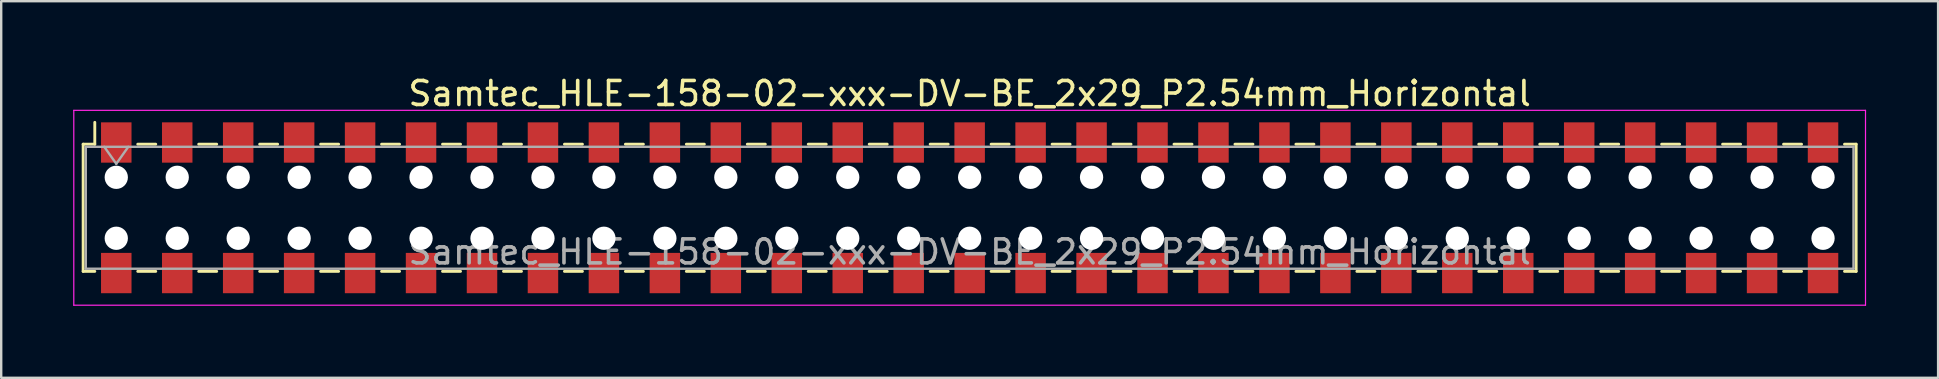
<source format=kicad_pcb>
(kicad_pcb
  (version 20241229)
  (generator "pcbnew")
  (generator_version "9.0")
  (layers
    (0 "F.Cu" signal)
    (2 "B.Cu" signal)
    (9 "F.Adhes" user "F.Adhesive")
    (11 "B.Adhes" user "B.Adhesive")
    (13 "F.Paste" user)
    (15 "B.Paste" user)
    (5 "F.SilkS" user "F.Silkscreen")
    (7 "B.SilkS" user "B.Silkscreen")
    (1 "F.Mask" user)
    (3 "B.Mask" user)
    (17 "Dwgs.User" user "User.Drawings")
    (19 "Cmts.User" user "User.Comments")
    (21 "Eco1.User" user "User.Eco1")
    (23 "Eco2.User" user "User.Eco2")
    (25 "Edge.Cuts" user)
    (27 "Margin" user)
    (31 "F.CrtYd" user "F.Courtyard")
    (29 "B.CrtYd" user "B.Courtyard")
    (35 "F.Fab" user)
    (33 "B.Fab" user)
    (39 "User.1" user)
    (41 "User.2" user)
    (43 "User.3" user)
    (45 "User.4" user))
  (footprint "Samtec_HLE-158-02-xxx-DV-BE_2x29_P2.54mm_Horizontal"
    (layer "F.Cu")
    (at 37.355 5.608)
    (property "Reference" "Samtec_HLE-158-02-xxx-DV-BE_2x29_P2.54mm_Horizontal" (at 0 -4.76 0) (layer "F.SilkS") (effects (font (size 1 1) (thickness 0.15))))
    (attr smd)
    (fp_line (start -36.94 -2.65) (end -36.94 2.65) (stroke (width 0.12) (type solid)) (layer "F.SilkS"))
    (fp_line (start -36.94 2.65) (end -36.455 2.65) (stroke (width 0.12) (type solid)) (layer "F.SilkS"))
    (fp_line (start -36.455 -3.56) (end -36.455 -2.65) (stroke (width 0.12) (type solid)) (layer "F.SilkS"))
    (fp_line (start -36.455 -2.65) (end -36.94 -2.65) (stroke (width 0.12) (type solid)) (layer "F.SilkS"))
    (fp_line (start -34.665 -2.65) (end -33.915 -2.65) (stroke (width 0.12) (type solid)) (layer "F.SilkS"))
    (fp_line (start -34.665 2.65) (end -33.915 2.65) (stroke (width 0.12) (type solid)) (layer "F.SilkS"))
    (fp_line (start -32.125 -2.65) (end -31.375 -2.65) (stroke (width 0.12) (type solid)) (layer "F.SilkS"))
    (fp_line (start -32.125 2.65) (end -31.375 2.65) (stroke (width 0.12) (type solid)) (layer "F.SilkS"))
    (fp_line (start -29.585 -2.65) (end -28.835 -2.65) (stroke (width 0.12) (type solid)) (layer "F.SilkS"))
    (fp_line (start -29.585 2.65) (end -28.835 2.65) (stroke (width 0.12) (type solid)) (layer "F.SilkS"))
    (fp_line (start -27.045 -2.65) (end -26.295 -2.65) (stroke (width 0.12) (type solid)) (layer "F.SilkS"))
    (fp_line (start -27.045 2.65) (end -26.295 2.65) (stroke (width 0.12) (type solid)) (layer "F.SilkS"))
    (fp_line (start -24.505 -2.65) (end -23.755 -2.65) (stroke (width 0.12) (type solid)) (layer "F.SilkS"))
    (fp_line (start -24.505 2.65) (end -23.755 2.65) (stroke (width 0.12) (type solid)) (layer "F.SilkS"))
    (fp_line (start -21.965 -2.65) (end -21.215 -2.65) (stroke (width 0.12) (type solid)) (layer "F.SilkS"))
    (fp_line (start -21.965 2.65) (end -21.215 2.65) (stroke (width 0.12) (type solid)) (layer "F.SilkS"))
    (fp_line (start -19.425 -2.65) (end -18.675 -2.65) (stroke (width 0.12) (type solid)) (layer "F.SilkS"))
    (fp_line (start -19.425 2.65) (end -18.675 2.65) (stroke (width 0.12) (type solid)) (layer "F.SilkS"))
    (fp_line (start -16.885 -2.65) (end -16.135 -2.65) (stroke (width 0.12) (type solid)) (layer "F.SilkS"))
    (fp_line (start -16.885 2.65) (end -16.135 2.65) (stroke (width 0.12) (type solid)) (layer "F.SilkS"))
    (fp_line (start -14.345 -2.65) (end -13.595 -2.65) (stroke (width 0.12) (type solid)) (layer "F.SilkS"))
    (fp_line (start -14.345 2.65) (end -13.595 2.65) (stroke (width 0.12) (type solid)) (layer "F.SilkS"))
    (fp_line (start -11.805 -2.65) (end -11.055 -2.65) (stroke (width 0.12) (type solid)) (layer "F.SilkS"))
    (fp_line (start -11.805 2.65) (end -11.055 2.65) (stroke (width 0.12) (type solid)) (layer "F.SilkS"))
    (fp_line (start -9.265 -2.65) (end -8.515 -2.65) (stroke (width 0.12) (type solid)) (layer "F.SilkS"))
    (fp_line (start -9.265 2.65) (end -8.515 2.65) (stroke (width 0.12) (type solid)) (layer "F.SilkS"))
    (fp_line (start -6.725 -2.65) (end -5.975 -2.65) (stroke (width 0.12) (type solid)) (layer "F.SilkS"))
    (fp_line (start -6.725 2.65) (end -5.975 2.65) (stroke (width 0.12) (type solid)) (layer "F.SilkS"))
    (fp_line (start -4.185 -2.65) (end -3.435 -2.65) (stroke (width 0.12) (type solid)) (layer "F.SilkS"))
    (fp_line (start -4.185 2.65) (end -3.435 2.65) (stroke (width 0.12) (type solid)) (layer "F.SilkS"))
    (fp_line (start -1.645 -2.65) (end -0.895 -2.65) (stroke (width 0.12) (type solid)) (layer "F.SilkS"))
    (fp_line (start -1.645 2.65) (end -0.895 2.65) (stroke (width 0.12) (type solid)) (layer "F.SilkS"))
    (fp_line (start 0.895 -2.65) (end 1.645 -2.65) (stroke (width 0.12) (type solid)) (layer "F.SilkS"))
    (fp_line (start 0.895 2.65) (end 1.645 2.65) (stroke (width 0.12) (type solid)) (layer "F.SilkS"))
    (fp_line (start 3.435 -2.65) (end 4.185 -2.65) (stroke (width 0.12) (type solid)) (layer "F.SilkS"))
    (fp_line (start 3.435 2.65) (end 4.185 2.65) (stroke (width 0.12) (type solid)) (layer "F.SilkS"))
    (fp_line (start 5.975 -2.65) (end 6.725 -2.65) (stroke (width 0.12) (type solid)) (layer "F.SilkS"))
    (fp_line (start 5.975 2.65) (end 6.725 2.65) (stroke (width 0.12) (type solid)) (layer "F.SilkS"))
    (fp_line (start 8.515 -2.65) (end 9.265 -2.65) (stroke (width 0.12) (type solid)) (layer "F.SilkS"))
    (fp_line (start 8.515 2.65) (end 9.265 2.65) (stroke (width 0.12) (type solid)) (layer "F.SilkS"))
    (fp_line (start 11.055 -2.65) (end 11.805 -2.65) (stroke (width 0.12) (type solid)) (layer "F.SilkS"))
    (fp_line (start 11.055 2.65) (end 11.805 2.65) (stroke (width 0.12) (type solid)) (layer "F.SilkS"))
    (fp_line (start 13.595 -2.65) (end 14.345 -2.65) (stroke (width 0.12) (type solid)) (layer "F.SilkS"))
    (fp_line (start 13.595 2.65) (end 14.345 2.65) (stroke (width 0.12) (type solid)) (layer "F.SilkS"))
    (fp_line (start 16.135 -2.65) (end 16.885 -2.65) (stroke (width 0.12) (type solid)) (layer "F.SilkS"))
    (fp_line (start 16.135 2.65) (end 16.885 2.65) (stroke (width 0.12) (type solid)) (layer "F.SilkS"))
    (fp_line (start 18.675 -2.65) (end 19.425 -2.65) (stroke (width 0.12) (type solid)) (layer "F.SilkS"))
    (fp_line (start 18.675 2.65) (end 19.425 2.65) (stroke (width 0.12) (type solid)) (layer "F.SilkS"))
    (fp_line (start 21.215 -2.65) (end 21.965 -2.65) (stroke (width 0.12) (type solid)) (layer "F.SilkS"))
    (fp_line (start 21.215 2.65) (end 21.965 2.65) (stroke (width 0.12) (type solid)) (layer "F.SilkS"))
    (fp_line (start 23.755 -2.65) (end 24.505 -2.65) (stroke (width 0.12) (type solid)) (layer "F.SilkS"))
    (fp_line (start 23.755 2.65) (end 24.505 2.65) (stroke (width 0.12) (type solid)) (layer "F.SilkS"))
    (fp_line (start 26.295 -2.65) (end 27.045 -2.65) (stroke (width 0.12) (type solid)) (layer "F.SilkS"))
    (fp_line (start 26.295 2.65) (end 27.045 2.65) (stroke (width 0.12) (type solid)) (layer "F.SilkS"))
    (fp_line (start 28.835 -2.65) (end 29.585 -2.65) (stroke (width 0.12) (type solid)) (layer "F.SilkS"))
    (fp_line (start 28.835 2.65) (end 29.585 2.65) (stroke (width 0.12) (type solid)) (layer "F.SilkS"))
    (fp_line (start 31.375 -2.65) (end 32.125 -2.65) (stroke (width 0.12) (type solid)) (layer "F.SilkS"))
    (fp_line (start 31.375 2.65) (end 32.125 2.65) (stroke (width 0.12) (type solid)) (layer "F.SilkS"))
    (fp_line (start 33.915 -2.65) (end 34.665 -2.65) (stroke (width 0.12) (type solid)) (layer "F.SilkS"))
    (fp_line (start 33.915 2.65) (end 34.665 2.65) (stroke (width 0.12) (type solid)) (layer "F.SilkS"))
    (fp_line (start 36.455 -2.65) (end 36.94 -2.65) (stroke (width 0.12) (type solid)) (layer "F.SilkS"))
    (fp_line (start 36.94 -2.65) (end 36.94 2.65) (stroke (width 0.12) (type solid)) (layer "F.SilkS"))
    (fp_line (start 36.94 2.65) (end 36.455 2.65) (stroke (width 0.12) (type solid)) (layer "F.SilkS"))
    (fp_line (start -37.33 -4.06) (end 37.33 -4.06) (stroke (width 0.05) (type solid)) (layer "F.CrtYd"))
    (fp_line (start -37.33 4.06) (end -37.33 -4.06) (stroke (width 0.05) (type solid)) (layer "F.CrtYd"))
    (fp_line (start 37.33 -4.06) (end 37.33 4.06) (stroke (width 0.05) (type solid)) (layer "F.CrtYd"))
    (fp_line (start 37.33 4.06) (end -37.33 4.06) (stroke (width 0.05) (type solid)) (layer "F.CrtYd"))
    (fp_line (start -36.83 -2.54) (end 36.83 -2.54) (stroke (width 0.1) (type solid)) (layer "F.Fab"))
    (fp_line (start -36.83 2.54) (end -36.83 -2.54) (stroke (width 0.1) (type solid)) (layer "F.Fab"))
    (fp_line (start -36.06 -2.54) (end -35.56 -1.833) (stroke (width 0.1) (type solid)) (layer "F.Fab"))
    (fp_line (start -35.56 -1.833) (end -35.06 -2.54) (stroke (width 0.1) (type solid)) (layer "F.Fab"))
    (fp_line (start 36.83 -2.54) (end 36.83 2.54) (stroke (width 0.1) (type solid)) (layer "F.Fab"))
    (fp_line (start 36.83 2.54) (end -36.83 2.54) (stroke (width 0.1) (type solid)) (layer "F.Fab"))
    (fp_text user "${REFERENCE}" (at 0 1.84 0) (layer "F.Fab") (effects (font (size 1 1) (thickness 0.15))))
    (pad "" np_thru_hole circle (at -35.56 -1.27) (size 0.97 0.97) (drill 0.97) (layers "*.Cu" "*.Mask"))
    (pad "" np_thru_hole circle (at -35.56 1.27) (size 0.97 0.97) (drill 0.97) (layers "*.Cu" "*.Mask"))
    (pad "" np_thru_hole circle (at -33.02 -1.27) (size 0.97 0.97) (drill 0.97) (layers "*.Cu" "*.Mask"))
    (pad "" np_thru_hole circle (at -33.02 1.27) (size 0.97 0.97) (drill 0.97) (layers "*.Cu" "*.Mask"))
    (pad "" np_thru_hole circle (at -30.48 -1.27) (size 0.97 0.97) (drill 0.97) (layers "*.Cu" "*.Mask"))
    (pad "" np_thru_hole circle (at -30.48 1.27) (size 0.97 0.97) (drill 0.97) (layers "*.Cu" "*.Mask"))
    (pad "" np_thru_hole circle (at -27.94 -1.27) (size 0.97 0.97) (drill 0.97) (layers "*.Cu" "*.Mask"))
    (pad "" np_thru_hole circle (at -27.94 1.27) (size 0.97 0.97) (drill 0.97) (layers "*.Cu" "*.Mask"))
    (pad "" np_thru_hole circle (at -25.4 -1.27) (size 0.97 0.97) (drill 0.97) (layers "*.Cu" "*.Mask"))
    (pad "" np_thru_hole circle (at -25.4 1.27) (size 0.97 0.97) (drill 0.97) (layers "*.Cu" "*.Mask"))
    (pad "" np_thru_hole circle (at -22.86 -1.27) (size 0.97 0.97) (drill 0.97) (layers "*.Cu" "*.Mask"))
    (pad "" np_thru_hole circle (at -22.86 1.27) (size 0.97 0.97) (drill 0.97) (layers "*.Cu" "*.Mask"))
    (pad "" np_thru_hole circle (at -20.32 -1.27) (size 0.97 0.97) (drill 0.97) (layers "*.Cu" "*.Mask"))
    (pad "" np_thru_hole circle (at -20.32 1.27) (size 0.97 0.97) (drill 0.97) (layers "*.Cu" "*.Mask"))
    (pad "" np_thru_hole circle (at -17.78 -1.27) (size 0.97 0.97) (drill 0.97) (layers "*.Cu" "*.Mask"))
    (pad "" np_thru_hole circle (at -17.78 1.27) (size 0.97 0.97) (drill 0.97) (layers "*.Cu" "*.Mask"))
    (pad "" np_thru_hole circle (at -15.24 -1.27) (size 0.97 0.97) (drill 0.97) (layers "*.Cu" "*.Mask"))
    (pad "" np_thru_hole circle (at -15.24 1.27) (size 0.97 0.97) (drill 0.97) (layers "*.Cu" "*.Mask"))
    (pad "" np_thru_hole circle (at -12.7 -1.27) (size 0.97 0.97) (drill 0.97) (layers "*.Cu" "*.Mask"))
    (pad "" np_thru_hole circle (at -12.7 1.27) (size 0.97 0.97) (drill 0.97) (layers "*.Cu" "*.Mask"))
    (pad "" np_thru_hole circle (at -10.16 -1.27) (size 0.97 0.97) (drill 0.97) (layers "*.Cu" "*.Mask"))
    (pad "" np_thru_hole circle (at -10.16 1.27) (size 0.97 0.97) (drill 0.97) (layers "*.Cu" "*.Mask"))
    (pad "" np_thru_hole circle (at -7.62 -1.27) (size 0.97 0.97) (drill 0.97) (layers "*.Cu" "*.Mask"))
    (pad "" np_thru_hole circle (at -7.62 1.27) (size 0.97 0.97) (drill 0.97) (layers "*.Cu" "*.Mask"))
    (pad "" np_thru_hole circle (at -5.08 -1.27) (size 0.97 0.97) (drill 0.97) (layers "*.Cu" "*.Mask"))
    (pad "" np_thru_hole circle (at -5.08 1.27) (size 0.97 0.97) (drill 0.97) (layers "*.Cu" "*.Mask"))
    (pad "" np_thru_hole circle (at -2.54 -1.27) (size 0.97 0.97) (drill 0.97) (layers "*.Cu" "*.Mask"))
    (pad "" np_thru_hole circle (at -2.54 1.27) (size 0.97 0.97) (drill 0.97) (layers "*.Cu" "*.Mask"))
    (pad "" np_thru_hole circle (at 0 -1.27) (size 0.97 0.97) (drill 0.97) (layers "*.Cu" "*.Mask"))
    (pad "" np_thru_hole circle (at 0 1.27) (size 0.97 0.97) (drill 0.97) (layers "*.Cu" "*.Mask"))
    (pad "" np_thru_hole circle (at 2.54 -1.27) (size 0.97 0.97) (drill 0.97) (layers "*.Cu" "*.Mask"))
    (pad "" np_thru_hole circle (at 2.54 1.27) (size 0.97 0.97) (drill 0.97) (layers "*.Cu" "*.Mask"))
    (pad "" np_thru_hole circle (at 5.08 -1.27) (size 0.97 0.97) (drill 0.97) (layers "*.Cu" "*.Mask"))
    (pad "" np_thru_hole circle (at 5.08 1.27) (size 0.97 0.97) (drill 0.97) (layers "*.Cu" "*.Mask"))
    (pad "" np_thru_hole circle (at 7.62 -1.27) (size 0.97 0.97) (drill 0.97) (layers "*.Cu" "*.Mask"))
    (pad "" np_thru_hole circle (at 7.62 1.27) (size 0.97 0.97) (drill 0.97) (layers "*.Cu" "*.Mask"))
    (pad "" np_thru_hole circle (at 10.16 -1.27) (size 0.97 0.97) (drill 0.97) (layers "*.Cu" "*.Mask"))
    (pad "" np_thru_hole circle (at 10.16 1.27) (size 0.97 0.97) (drill 0.97) (layers "*.Cu" "*.Mask"))
    (pad "" np_thru_hole circle (at 12.7 -1.27) (size 0.97 0.97) (drill 0.97) (layers "*.Cu" "*.Mask"))
    (pad "" np_thru_hole circle (at 12.7 1.27) (size 0.97 0.97) (drill 0.97) (layers "*.Cu" "*.Mask"))
    (pad "" np_thru_hole circle (at 15.24 -1.27) (size 0.97 0.97) (drill 0.97) (layers "*.Cu" "*.Mask"))
    (pad "" np_thru_hole circle (at 15.24 1.27) (size 0.97 0.97) (drill 0.97) (layers "*.Cu" "*.Mask"))
    (pad "" np_thru_hole circle (at 17.78 -1.27) (size 0.97 0.97) (drill 0.97) (layers "*.Cu" "*.Mask"))
    (pad "" np_thru_hole circle (at 17.78 1.27) (size 0.97 0.97) (drill 0.97) (layers "*.Cu" "*.Mask"))
    (pad "" np_thru_hole circle (at 20.32 -1.27) (size 0.97 0.97) (drill 0.97) (layers "*.Cu" "*.Mask"))
    (pad "" np_thru_hole circle (at 20.32 1.27) (size 0.97 0.97) (drill 0.97) (layers "*.Cu" "*.Mask"))
    (pad "" np_thru_hole circle (at 22.86 -1.27) (size 0.97 0.97) (drill 0.97) (layers "*.Cu" "*.Mask"))
    (pad "" np_thru_hole circle (at 22.86 1.27) (size 0.97 0.97) (drill 0.97) (layers "*.Cu" "*.Mask"))
    (pad "" np_thru_hole circle (at 25.4 -1.27) (size 0.97 0.97) (drill 0.97) (layers "*.Cu" "*.Mask"))
    (pad "" np_thru_hole circle (at 25.4 1.27) (size 0.97 0.97) (drill 0.97) (layers "*.Cu" "*.Mask"))
    (pad "" np_thru_hole circle (at 27.94 -1.27) (size 0.97 0.97) (drill 0.97) (layers "*.Cu" "*.Mask"))
    (pad "" np_thru_hole circle (at 27.94 1.27) (size 0.97 0.97) (drill 0.97) (layers "*.Cu" "*.Mask"))
    (pad "" np_thru_hole circle (at 30.48 -1.27) (size 0.97 0.97) (drill 0.97) (layers "*.Cu" "*.Mask"))
    (pad "" np_thru_hole circle (at 30.48 1.27) (size 0.97 0.97) (drill 0.97) (layers "*.Cu" "*.Mask"))
    (pad "" np_thru_hole circle (at 33.02 -1.27) (size 0.97 0.97) (drill 0.97) (layers "*.Cu" "*.Mask"))
    (pad "" np_thru_hole circle (at 33.02 1.27) (size 0.97 0.97) (drill 0.97) (layers "*.Cu" "*.Mask"))
    (pad "" np_thru_hole circle (at 35.56 -1.27) (size 0.97 0.97) (drill 0.97) (layers "*.Cu" "*.Mask"))
    (pad "" np_thru_hole circle (at 35.56 1.27) (size 0.97 0.97) (drill 0.97) (layers "*.Cu" "*.Mask"))
    (pad "1" smd rect (at -35.56 -2.72) (size 1.27 1.68) (layers "F.Cu" "F.Mask" "F.Paste"))
    (pad "2" smd rect (at -35.56 2.72) (size 1.27 1.68) (layers "F.Cu" "F.Mask" "F.Paste"))
    (pad "3" smd rect (at -33.02 -2.72) (size 1.27 1.68) (layers "F.Cu" "F.Mask" "F.Paste"))
    (pad "4" smd rect (at -33.02 2.72) (size 1.27 1.68) (layers "F.Cu" "F.Mask" "F.Paste"))
    (pad "5" smd rect (at -30.48 -2.72) (size 1.27 1.68) (layers "F.Cu" "F.Mask" "F.Paste"))
    (pad "6" smd rect (at -30.48 2.72) (size 1.27 1.68) (layers "F.Cu" "F.Mask" "F.Paste"))
    (pad "7" smd rect (at -27.94 -2.72) (size 1.27 1.68) (layers "F.Cu" "F.Mask" "F.Paste"))
    (pad "8" smd rect (at -27.94 2.72) (size 1.27 1.68) (layers "F.Cu" "F.Mask" "F.Paste"))
    (pad "9" smd rect (at -25.4 -2.72) (size 1.27 1.68) (layers "F.Cu" "F.Mask" "F.Paste"))
    (pad "10" smd rect (at -25.4 2.72) (size 1.27 1.68) (layers "F.Cu" "F.Mask" "F.Paste"))
    (pad "11" smd rect (at -22.86 -2.72) (size 1.27 1.68) (layers "F.Cu" "F.Mask" "F.Paste"))
    (pad "12" smd rect (at -22.86 2.72) (size 1.27 1.68) (layers "F.Cu" "F.Mask" "F.Paste"))
    (pad "13" smd rect (at -20.32 -2.72) (size 1.27 1.68) (layers "F.Cu" "F.Mask" "F.Paste"))
    (pad "14" smd rect (at -20.32 2.72) (size 1.27 1.68) (layers "F.Cu" "F.Mask" "F.Paste"))
    (pad "15" smd rect (at -17.78 -2.72) (size 1.27 1.68) (layers "F.Cu" "F.Mask" "F.Paste"))
    (pad "16" smd rect (at -17.78 2.72) (size 1.27 1.68) (layers "F.Cu" "F.Mask" "F.Paste"))
    (pad "17" smd rect (at -15.24 -2.72) (size 1.27 1.68) (layers "F.Cu" "F.Mask" "F.Paste"))
    (pad "18" smd rect (at -15.24 2.72) (size 1.27 1.68) (layers "F.Cu" "F.Mask" "F.Paste"))
    (pad "19" smd rect (at -12.7 -2.72) (size 1.27 1.68) (layers "F.Cu" "F.Mask" "F.Paste"))
    (pad "20" smd rect (at -12.7 2.72) (size 1.27 1.68) (layers "F.Cu" "F.Mask" "F.Paste"))
    (pad "21" smd rect (at -10.16 -2.72) (size 1.27 1.68) (layers "F.Cu" "F.Mask" "F.Paste"))
    (pad "22" smd rect (at -10.16 2.72) (size 1.27 1.68) (layers "F.Cu" "F.Mask" "F.Paste"))
    (pad "23" smd rect (at -7.62 -2.72) (size 1.27 1.68) (layers "F.Cu" "F.Mask" "F.Paste"))
    (pad "24" smd rect (at -7.62 2.72) (size 1.27 1.68) (layers "F.Cu" "F.Mask" "F.Paste"))
    (pad "25" smd rect (at -5.08 -2.72) (size 1.27 1.68) (layers "F.Cu" "F.Mask" "F.Paste"))
    (pad "26" smd rect (at -5.08 2.72) (size 1.27 1.68) (layers "F.Cu" "F.Mask" "F.Paste"))
    (pad "27" smd rect (at -2.54 -2.72) (size 1.27 1.68) (layers "F.Cu" "F.Mask" "F.Paste"))
    (pad "28" smd rect (at -2.54 2.72) (size 1.27 1.68) (layers "F.Cu" "F.Mask" "F.Paste"))
    (pad "29" smd rect (at 0 -2.72) (size 1.27 1.68) (layers "F.Cu" "F.Mask" "F.Paste"))
    (pad "30" smd rect (at 0 2.72) (size 1.27 1.68) (layers "F.Cu" "F.Mask" "F.Paste"))
    (pad "31" smd rect (at 2.54 -2.72) (size 1.27 1.68) (layers "F.Cu" "F.Mask" "F.Paste"))
    (pad "32" smd rect (at 2.54 2.72) (size 1.27 1.68) (layers "F.Cu" "F.Mask" "F.Paste"))
    (pad "33" smd rect (at 5.08 -2.72) (size 1.27 1.68) (layers "F.Cu" "F.Mask" "F.Paste"))
    (pad "34" smd rect (at 5.08 2.72) (size 1.27 1.68) (layers "F.Cu" "F.Mask" "F.Paste"))
    (pad "35" smd rect (at 7.62 -2.72) (size 1.27 1.68) (layers "F.Cu" "F.Mask" "F.Paste"))
    (pad "36" smd rect (at 7.62 2.72) (size 1.27 1.68) (layers "F.Cu" "F.Mask" "F.Paste"))
    (pad "37" smd rect (at 10.16 -2.72) (size 1.27 1.68) (layers "F.Cu" "F.Mask" "F.Paste"))
    (pad "38" smd rect (at 10.16 2.72) (size 1.27 1.68) (layers "F.Cu" "F.Mask" "F.Paste"))
    (pad "39" smd rect (at 12.7 -2.72) (size 1.27 1.68) (layers "F.Cu" "F.Mask" "F.Paste"))
    (pad "40" smd rect (at 12.7 2.72) (size 1.27 1.68) (layers "F.Cu" "F.Mask" "F.Paste"))
    (pad "41" smd rect (at 15.24 -2.72) (size 1.27 1.68) (layers "F.Cu" "F.Mask" "F.Paste"))
    (pad "42" smd rect (at 15.24 2.72) (size 1.27 1.68) (layers "F.Cu" "F.Mask" "F.Paste"))
    (pad "43" smd rect (at 17.78 -2.72) (size 1.27 1.68) (layers "F.Cu" "F.Mask" "F.Paste"))
    (pad "44" smd rect (at 17.78 2.72) (size 1.27 1.68) (layers "F.Cu" "F.Mask" "F.Paste"))
    (pad "45" smd rect (at 20.32 -2.72) (size 1.27 1.68) (layers "F.Cu" "F.Mask" "F.Paste"))
    (pad "46" smd rect (at 20.32 2.72) (size 1.27 1.68) (layers "F.Cu" "F.Mask" "F.Paste"))
    (pad "47" smd rect (at 22.86 -2.72) (size 1.27 1.68) (layers "F.Cu" "F.Mask" "F.Paste"))
    (pad "48" smd rect (at 22.86 2.72) (size 1.27 1.68) (layers "F.Cu" "F.Mask" "F.Paste"))
    (pad "49" smd rect (at 25.4 -2.72) (size 1.27 1.68) (layers "F.Cu" "F.Mask" "F.Paste"))
    (pad "50" smd rect (at 25.4 2.72) (size 1.27 1.68) (layers "F.Cu" "F.Mask" "F.Paste"))
    (pad "51" smd rect (at 27.94 -2.72) (size 1.27 1.68) (layers "F.Cu" "F.Mask" "F.Paste"))
    (pad "52" smd rect (at 27.94 2.72) (size 1.27 1.68) (layers "F.Cu" "F.Mask" "F.Paste"))
    (pad "53" smd rect (at 30.48 -2.72) (size 1.27 1.68) (layers "F.Cu" "F.Mask" "F.Paste"))
    (pad "54" smd rect (at 30.48 2.72) (size 1.27 1.68) (layers "F.Cu" "F.Mask" "F.Paste"))
    (pad "55" smd rect (at 33.02 -2.72) (size 1.27 1.68) (layers "F.Cu" "F.Mask" "F.Paste"))
    (pad "56" smd rect (at 33.02 2.72) (size 1.27 1.68) (layers "F.Cu" "F.Mask" "F.Paste"))
    (pad "57" smd rect (at 35.56 -2.72) (size 1.27 1.68) (layers "F.Cu" "F.Mask" "F.Paste"))
    (pad "58" smd rect (at 35.56 2.72) (size 1.27 1.68) (layers "F.Cu" "F.Mask" "F.Paste")))
  (gr_rect
    (start -3 -3)
    (end 77.71 12.693)
    (stroke (width 0.1) (type default))
    (fill no)
    (layer "Edge.Cuts")))
</source>
